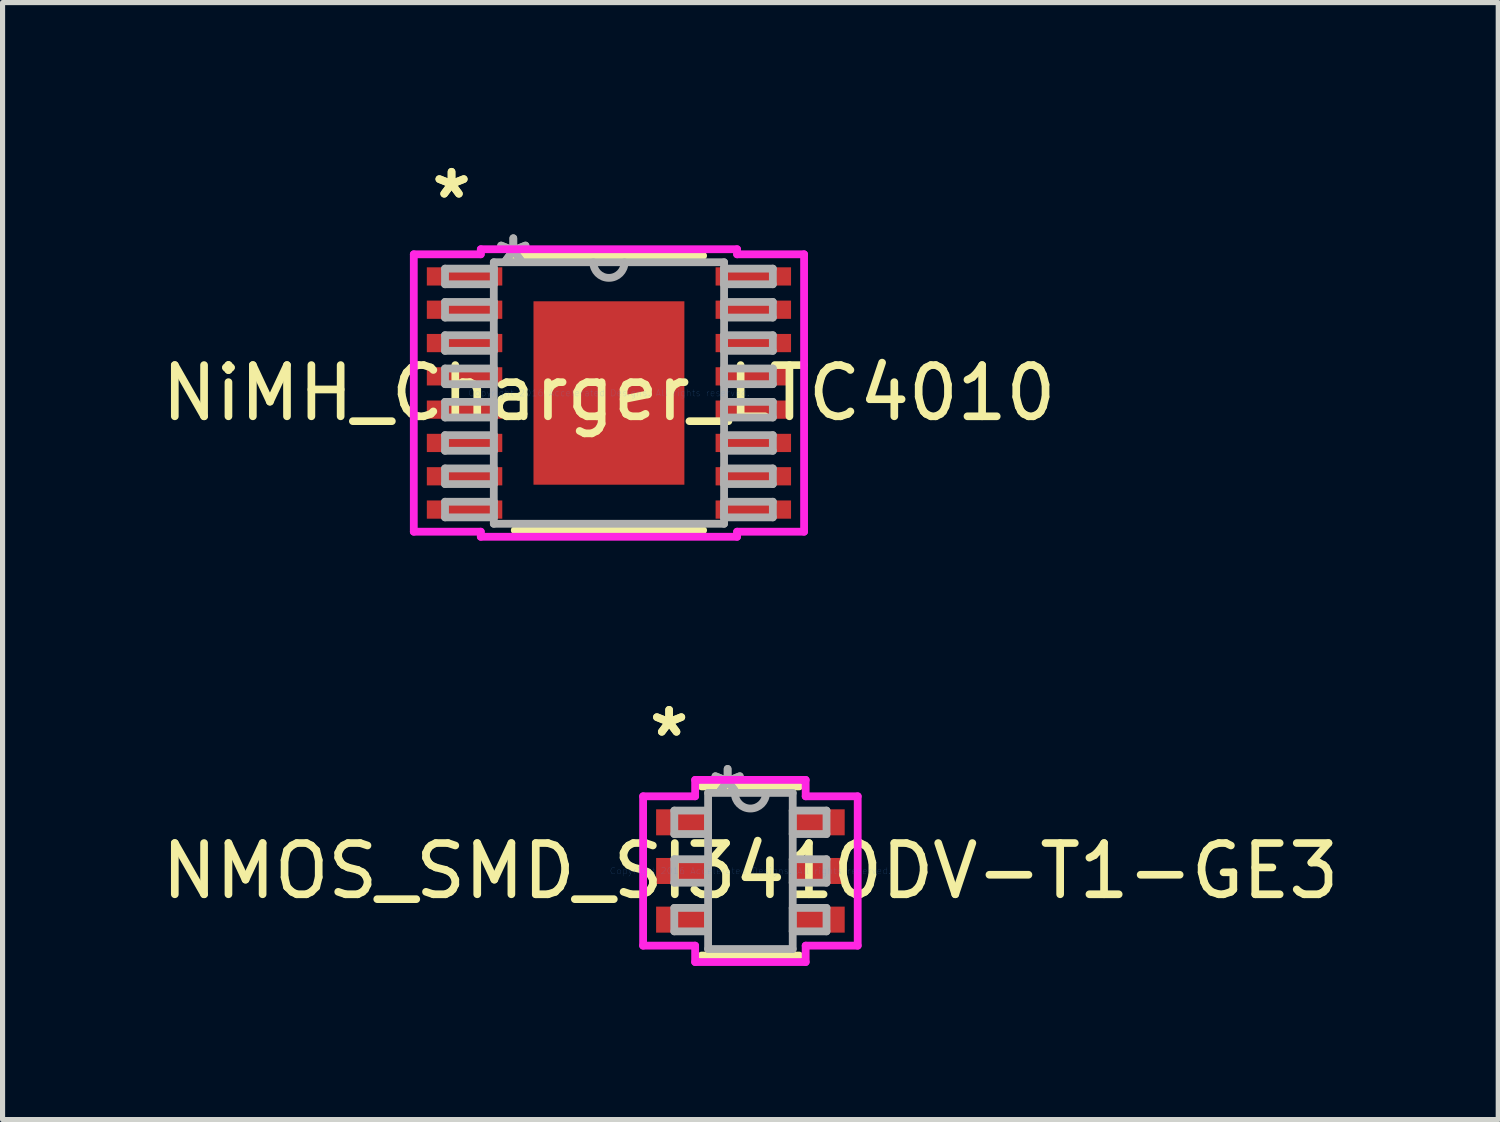
<source format=kicad_pcb>
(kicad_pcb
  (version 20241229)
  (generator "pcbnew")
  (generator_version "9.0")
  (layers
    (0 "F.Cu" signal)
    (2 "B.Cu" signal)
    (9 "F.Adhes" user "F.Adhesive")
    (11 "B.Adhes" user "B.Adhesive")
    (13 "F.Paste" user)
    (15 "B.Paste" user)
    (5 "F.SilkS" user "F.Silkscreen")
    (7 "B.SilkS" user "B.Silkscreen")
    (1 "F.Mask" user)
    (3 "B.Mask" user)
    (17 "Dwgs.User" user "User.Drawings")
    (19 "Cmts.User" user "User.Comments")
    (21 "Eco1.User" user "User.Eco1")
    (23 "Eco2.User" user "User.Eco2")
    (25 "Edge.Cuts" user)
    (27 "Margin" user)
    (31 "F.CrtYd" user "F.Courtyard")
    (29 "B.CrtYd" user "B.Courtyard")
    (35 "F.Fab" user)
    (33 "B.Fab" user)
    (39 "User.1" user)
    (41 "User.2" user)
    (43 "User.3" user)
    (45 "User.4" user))
  (footprint "NiMH_Charger_LTC4010"
    (layer "F.Cu")
    (at 8.839 4.623)
    (property "Reference" "NiMH_Charger_LTC4010" (at 0 0 0) (layer "F.SilkS") (effects (font (size 1 1) (thickness 0.15))))
    (attr through_hole)
    (fp_line (start -1.839 2.68) (end 1.839 2.68) (stroke (width 0.152) (type solid)) (layer "F.SilkS"))
    (fp_line (start 1.839 -2.68) (end -1.839 -2.68) (stroke (width 0.152) (type solid)) (layer "F.SilkS"))
    (fp_line (start -1.373 -1.691) (end -1.373 -0.1) (stroke (width 0.152) (type solid)) (layer "F.Paste"))
    (fp_line (start -1.373 -0.1) (end -0.1 -0.1) (stroke (width 0.152) (type solid)) (layer "F.Paste"))
    (fp_line (start -1.373 0.1) (end -1.373 1.691) (stroke (width 0.152) (type solid)) (layer "F.Paste"))
    (fp_line (start -1.373 1.691) (end -0.1 1.691) (stroke (width 0.152) (type solid)) (layer "F.Paste"))
    (fp_line (start -0.1 -1.691) (end -1.373 -1.691) (stroke (width 0.152) (type solid)) (layer "F.Paste"))
    (fp_line (start -0.1 -0.1) (end -0.1 -1.691) (stroke (width 0.152) (type solid)) (layer "F.Paste"))
    (fp_line (start -0.1 0.1) (end -1.373 0.1) (stroke (width 0.152) (type solid)) (layer "F.Paste"))
    (fp_line (start -0.1 1.691) (end -0.1 0.1) (stroke (width 0.152) (type solid)) (layer "F.Paste"))
    (fp_line (start 0.1 -1.691) (end 0.1 -0.1) (stroke (width 0.152) (type solid)) (layer "F.Paste"))
    (fp_line (start 0.1 -0.1) (end 1.373 -0.1) (stroke (width 0.152) (type solid)) (layer "F.Paste"))
    (fp_line (start 0.1 0.1) (end 0.1 1.691) (stroke (width 0.152) (type solid)) (layer "F.Paste"))
    (fp_line (start 0.1 1.691) (end 1.373 1.691) (stroke (width 0.152) (type solid)) (layer "F.Paste"))
    (fp_line (start 1.373 -1.691) (end 0.1 -1.691) (stroke (width 0.152) (type solid)) (layer "F.Paste"))
    (fp_line (start 1.373 -0.1) (end 1.373 -1.691) (stroke (width 0.152) (type solid)) (layer "F.Paste"))
    (fp_line (start 1.373 0.1) (end 0.1 0.1) (stroke (width 0.152) (type solid)) (layer "F.Paste"))
    (fp_line (start 1.373 1.691) (end 1.373 0.1) (stroke (width 0.152) (type solid)) (layer "F.Paste"))
    (fp_line (start -3.81 -2.708) (end -2.502 -2.708) (stroke (width 0.152) (type solid)) (layer "F.CrtYd"))
    (fp_line (start -3.81 2.708) (end -3.81 -2.708) (stroke (width 0.152) (type solid)) (layer "F.CrtYd"))
    (fp_line (start -2.502 -2.807) (end 2.502 -2.807) (stroke (width 0.152) (type solid)) (layer "F.CrtYd"))
    (fp_line (start -2.502 -2.708) (end -2.502 -2.807) (stroke (width 0.152) (type solid)) (layer "F.CrtYd"))
    (fp_line (start -2.502 2.708) (end -3.81 2.708) (stroke (width 0.152) (type solid)) (layer "F.CrtYd"))
    (fp_line (start -2.502 2.807) (end -2.502 2.708) (stroke (width 0.152) (type solid)) (layer "F.CrtYd"))
    (fp_line (start 2.502 -2.807) (end 2.502 -2.708) (stroke (width 0.152) (type solid)) (layer "F.CrtYd"))
    (fp_line (start 2.502 -2.708) (end 3.81 -2.708) (stroke (width 0.152) (type solid)) (layer "F.CrtYd"))
    (fp_line (start 2.502 2.708) (end 2.502 2.807) (stroke (width 0.152) (type solid)) (layer "F.CrtYd"))
    (fp_line (start 2.502 2.807) (end -2.502 2.807) (stroke (width 0.152) (type solid)) (layer "F.CrtYd"))
    (fp_line (start 3.81 -2.708) (end 3.81 2.708) (stroke (width 0.152) (type solid)) (layer "F.CrtYd"))
    (fp_line (start 3.81 2.708) (end 2.502 2.708) (stroke (width 0.152) (type solid)) (layer "F.CrtYd"))
    (fp_line (start -3.2 -2.428) (end -3.2 -2.123) (stroke (width 0.152) (type solid)) (layer "F.Fab"))
    (fp_line (start -3.2 -2.123) (end -2.248 -2.123) (stroke (width 0.152) (type solid)) (layer "F.Fab"))
    (fp_line (start -3.2 -1.778) (end -3.2 -1.473) (stroke (width 0.152) (type solid)) (layer "F.Fab"))
    (fp_line (start -3.2 -1.473) (end -2.248 -1.473) (stroke (width 0.152) (type solid)) (layer "F.Fab"))
    (fp_line (start -3.2 -1.128) (end -3.2 -0.823) (stroke (width 0.152) (type solid)) (layer "F.Fab"))
    (fp_line (start -3.2 -0.823) (end -2.248 -0.823) (stroke (width 0.152) (type solid)) (layer "F.Fab"))
    (fp_line (start -3.2 -0.478) (end -3.2 -0.173) (stroke (width 0.152) (type solid)) (layer "F.Fab"))
    (fp_line (start -3.2 -0.173) (end -2.248 -0.173) (stroke (width 0.152) (type solid)) (layer "F.Fab"))
    (fp_line (start -3.2 0.173) (end -3.2 0.478) (stroke (width 0.152) (type solid)) (layer "F.Fab"))
    (fp_line (start -3.2 0.478) (end -2.248 0.478) (stroke (width 0.152) (type solid)) (layer "F.Fab"))
    (fp_line (start -3.2 0.823) (end -3.2 1.128) (stroke (width 0.152) (type solid)) (layer "F.Fab"))
    (fp_line (start -3.2 1.128) (end -2.248 1.128) (stroke (width 0.152) (type solid)) (layer "F.Fab"))
    (fp_line (start -3.2 1.473) (end -3.2 1.778) (stroke (width 0.152) (type solid)) (layer "F.Fab"))
    (fp_line (start -3.2 1.778) (end -2.248 1.778) (stroke (width 0.152) (type solid)) (layer "F.Fab"))
    (fp_line (start -3.2 2.123) (end -3.2 2.428) (stroke (width 0.152) (type solid)) (layer "F.Fab"))
    (fp_line (start -3.2 2.428) (end -2.248 2.428) (stroke (width 0.152) (type solid)) (layer "F.Fab"))
    (fp_line (start -2.248 -2.553) (end -2.248 2.553) (stroke (width 0.152) (type solid)) (layer "F.Fab"))
    (fp_line (start -2.248 -2.428) (end -3.2 -2.428) (stroke (width 0.152) (type solid)) (layer "F.Fab"))
    (fp_line (start -2.248 -2.123) (end -2.248 -2.428) (stroke (width 0.152) (type solid)) (layer "F.Fab"))
    (fp_line (start -2.248 -1.778) (end -3.2 -1.778) (stroke (width 0.152) (type solid)) (layer "F.Fab"))
    (fp_line (start -2.248 -1.473) (end -2.248 -1.778) (stroke (width 0.152) (type solid)) (layer "F.Fab"))
    (fp_line (start -2.248 -1.128) (end -3.2 -1.128) (stroke (width 0.152) (type solid)) (layer "F.Fab"))
    (fp_line (start -2.248 -0.823) (end -2.248 -1.128) (stroke (width 0.152) (type solid)) (layer "F.Fab"))
    (fp_line (start -2.248 -0.478) (end -3.2 -0.478) (stroke (width 0.152) (type solid)) (layer "F.Fab"))
    (fp_line (start -2.248 -0.173) (end -2.248 -0.478) (stroke (width 0.152) (type solid)) (layer "F.Fab"))
    (fp_line (start -2.248 0.173) (end -3.2 0.173) (stroke (width 0.152) (type solid)) (layer "F.Fab"))
    (fp_line (start -2.248 0.478) (end -2.248 0.173) (stroke (width 0.152) (type solid)) (layer "F.Fab"))
    (fp_line (start -2.248 0.823) (end -3.2 0.823) (stroke (width 0.152) (type solid)) (layer "F.Fab"))
    (fp_line (start -2.248 1.128) (end -2.248 0.823) (stroke (width 0.152) (type solid)) (layer "F.Fab"))
    (fp_line (start -2.248 1.473) (end -3.2 1.473) (stroke (width 0.152) (type solid)) (layer "F.Fab"))
    (fp_line (start -2.248 1.778) (end -2.248 1.473) (stroke (width 0.152) (type solid)) (layer "F.Fab"))
    (fp_line (start -2.248 2.123) (end -3.2 2.123) (stroke (width 0.152) (type solid)) (layer "F.Fab"))
    (fp_line (start -2.248 2.428) (end -2.248 2.123) (stroke (width 0.152) (type solid)) (layer "F.Fab"))
    (fp_line (start -2.248 2.553) (end 2.248 2.553) (stroke (width 0.152) (type solid)) (layer "F.Fab"))
    (fp_line (start 2.248 -2.553) (end -2.248 -2.553) (stroke (width 0.152) (type solid)) (layer "F.Fab"))
    (fp_line (start 2.248 -2.428) (end 2.248 -2.123) (stroke (width 0.152) (type solid)) (layer "F.Fab"))
    (fp_line (start 2.248 -2.123) (end 3.2 -2.123) (stroke (width 0.152) (type solid)) (layer "F.Fab"))
    (fp_line (start 2.248 -1.778) (end 2.248 -1.473) (stroke (width 0.152) (type solid)) (layer "F.Fab"))
    (fp_line (start 2.248 -1.473) (end 3.2 -1.473) (stroke (width 0.152) (type solid)) (layer "F.Fab"))
    (fp_line (start 2.248 -1.128) (end 2.248 -0.823) (stroke (width 0.152) (type solid)) (layer "F.Fab"))
    (fp_line (start 2.248 -0.823) (end 3.2 -0.823) (stroke (width 0.152) (type solid)) (layer "F.Fab"))
    (fp_line (start 2.248 -0.478) (end 2.248 -0.173) (stroke (width 0.152) (type solid)) (layer "F.Fab"))
    (fp_line (start 2.248 -0.173) (end 3.2 -0.173) (stroke (width 0.152) (type solid)) (layer "F.Fab"))
    (fp_line (start 2.248 0.173) (end 2.248 0.478) (stroke (width 0.152) (type solid)) (layer "F.Fab"))
    (fp_line (start 2.248 0.478) (end 3.2 0.478) (stroke (width 0.152) (type solid)) (layer "F.Fab"))
    (fp_line (start 2.248 0.823) (end 2.248 1.128) (stroke (width 0.152) (type solid)) (layer "F.Fab"))
    (fp_line (start 2.248 1.128) (end 3.2 1.128) (stroke (width 0.152) (type solid)) (layer "F.Fab"))
    (fp_line (start 2.248 1.473) (end 2.248 1.778) (stroke (width 0.152) (type solid)) (layer "F.Fab"))
    (fp_line (start 2.248 1.778) (end 3.2 1.778) (stroke (width 0.152) (type solid)) (layer "F.Fab"))
    (fp_line (start 2.248 2.123) (end 2.248 2.428) (stroke (width 0.152) (type solid)) (layer "F.Fab"))
    (fp_line (start 2.248 2.428) (end 3.2 2.428) (stroke (width 0.152) (type solid)) (layer "F.Fab"))
    (fp_line (start 2.248 2.553) (end 2.248 -2.553) (stroke (width 0.152) (type solid)) (layer "F.Fab"))
    (fp_line (start 3.2 -2.428) (end 2.248 -2.428) (stroke (width 0.152) (type solid)) (layer "F.Fab"))
    (fp_line (start 3.2 -2.123) (end 3.2 -2.428) (stroke (width 0.152) (type solid)) (layer "F.Fab"))
    (fp_line (start 3.2 -1.778) (end 2.248 -1.778) (stroke (width 0.152) (type solid)) (layer "F.Fab"))
    (fp_line (start 3.2 -1.473) (end 3.2 -1.778) (stroke (width 0.152) (type solid)) (layer "F.Fab"))
    (fp_line (start 3.2 -1.128) (end 2.248 -1.128) (stroke (width 0.152) (type solid)) (layer "F.Fab"))
    (fp_line (start 3.2 -0.823) (end 3.2 -1.128) (stroke (width 0.152) (type solid)) (layer "F.Fab"))
    (fp_line (start 3.2 -0.478) (end 2.248 -0.478) (stroke (width 0.152) (type solid)) (layer "F.Fab"))
    (fp_line (start 3.2 -0.173) (end 3.2 -0.478) (stroke (width 0.152) (type solid)) (layer "F.Fab"))
    (fp_line (start 3.2 0.173) (end 2.248 0.173) (stroke (width 0.152) (type solid)) (layer "F.Fab"))
    (fp_line (start 3.2 0.478) (end 3.2 0.173) (stroke (width 0.152) (type solid)) (layer "F.Fab"))
    (fp_line (start 3.2 0.823) (end 2.248 0.823) (stroke (width 0.152) (type solid)) (layer "F.Fab"))
    (fp_line (start 3.2 1.128) (end 3.2 0.823) (stroke (width 0.152) (type solid)) (layer "F.Fab"))
    (fp_line (start 3.2 1.473) (end 2.248 1.473) (stroke (width 0.152) (type solid)) (layer "F.Fab"))
    (fp_line (start 3.2 1.778) (end 3.2 1.473) (stroke (width 0.152) (type solid)) (layer "F.Fab"))
    (fp_line (start 3.2 2.123) (end 2.248 2.123) (stroke (width 0.152) (type solid)) (layer "F.Fab"))
    (fp_line (start 3.2 2.428) (end 3.2 2.123) (stroke (width 0.152) (type solid)) (layer "F.Fab"))
    (fp_arc (start 0.3048 -2.5527) (mid 0 -2.2479) (end -0.3048 -2.5527) (stroke (width 0.1524) (type solid)) (layer "F.Fab"))
    (fp_text user "*" (at -3.073 -3.774 0) (layer "F.SilkS") (effects (font (size 1 1) (thickness 0.15))))
    (fp_text user "*" (at -3.073 -3.774 0) (layer "F.SilkS") (effects (font (size 1 1) (thickness 0.15))))
    (fp_text user "Copyright 2016 Accelerated Designs. All rights reserved." (at 0 0 0) (layer "Cmts.User") (effects (font (size 0.127 0.127) (thickness 0.002))))
    (fp_text user "*" (at -1.867 -2.477 0) (layer "F.Fab") (effects (font (size 1 1) (thickness 0.15))))
    (fp_text user "*" (at -1.867 -2.477 0) (layer "F.Fab") (effects (font (size 1 1) (thickness 0.15))))
    (pad "1" smd rect (at -2.819 -2.276) (size 1.473 0.356) (layers "F.Cu" "F.Mask" "F.Paste"))
    (pad "2" smd rect (at -2.819 -1.626) (size 1.473 0.356) (layers "F.Cu" "F.Mask" "F.Paste"))
    (pad "3" smd rect (at -2.819 -0.975) (size 1.473 0.356) (layers "F.Cu" "F.Mask" "F.Paste"))
    (pad "4" smd rect (at -2.819 -0.325) (size 1.473 0.356) (layers "F.Cu" "F.Mask" "F.Paste"))
    (pad "5" smd rect (at -2.819 0.325) (size 1.473 0.356) (layers "F.Cu" "F.Mask" "F.Paste"))
    (pad "6" smd rect (at -2.819 0.975) (size 1.473 0.356) (layers "F.Cu" "F.Mask" "F.Paste"))
    (pad "7" smd rect (at -2.819 1.626) (size 1.473 0.356) (layers "F.Cu" "F.Mask" "F.Paste"))
    (pad "8" smd rect (at -2.819 2.276) (size 1.473 0.356) (layers "F.Cu" "F.Mask" "F.Paste"))
    (pad "9" smd rect (at 2.819 2.276) (size 1.473 0.356) (layers "F.Cu" "F.Mask" "F.Paste"))
    (pad "10" smd rect (at 2.819 1.626) (size 1.473 0.356) (layers "F.Cu" "F.Mask" "F.Paste"))
    (pad "11" smd rect (at 2.819 0.975) (size 1.473 0.356) (layers "F.Cu" "F.Mask" "F.Paste"))
    (pad "12" smd rect (at 2.819 0.325) (size 1.473 0.356) (layers "F.Cu" "F.Mask" "F.Paste"))
    (pad "13" smd rect (at 2.819 -0.325) (size 1.473 0.356) (layers "F.Cu" "F.Mask" "F.Paste"))
    (pad "14" smd rect (at 2.819 -0.975) (size 1.473 0.356) (layers "F.Cu" "F.Mask" "F.Paste"))
    (pad "15" smd rect (at 2.819 -1.626) (size 1.473 0.356) (layers "F.Cu" "F.Mask" "F.Paste"))
    (pad "16" smd rect (at 2.819 -2.276) (size 1.473 0.356) (layers "F.Cu" "F.Mask" "F.Paste"))
    (pad "17" smd rect (at 0 0) (size 2.946 3.581) (layers "F.Cu" "F.Mask" "F.Paste")))
  (footprint "NMOS_SMD_SI3410DV-T1-GE3"
    (layer "F.Cu")
    (at 11.601 13.955)
    (property "Reference" "NMOS_SMD_SI3410DV-T1-GE3" (at 0 0 0) (layer "F.SilkS") (effects (font (size 1 1) (thickness 0.15))))
    (attr through_hole)
    (fp_line (start -0.953 1.651) (end 0.953 1.651) (stroke (width 0.152) (type solid)) (layer "F.SilkS"))
    (fp_line (start 0.953 -1.651) (end -0.953 -1.651) (stroke (width 0.152) (type solid)) (layer "F.SilkS"))
    (fp_line (start -2.095 -1.458) (end -1.079 -1.458) (stroke (width 0.152) (type solid)) (layer "F.CrtYd"))
    (fp_line (start -2.095 1.458) (end -2.095 -1.458) (stroke (width 0.152) (type solid)) (layer "F.CrtYd"))
    (fp_line (start -1.079 -1.778) (end 1.079 -1.778) (stroke (width 0.152) (type solid)) (layer "F.CrtYd"))
    (fp_line (start -1.079 -1.458) (end -1.079 -1.778) (stroke (width 0.152) (type solid)) (layer "F.CrtYd"))
    (fp_line (start -1.079 1.458) (end -2.095 1.458) (stroke (width 0.152) (type solid)) (layer "F.CrtYd"))
    (fp_line (start -1.079 1.778) (end -1.079 1.458) (stroke (width 0.152) (type solid)) (layer "F.CrtYd"))
    (fp_line (start 1.079 -1.778) (end 1.079 -1.458) (stroke (width 0.152) (type solid)) (layer "F.CrtYd"))
    (fp_line (start 1.079 -1.458) (end 2.095 -1.458) (stroke (width 0.152) (type solid)) (layer "F.CrtYd"))
    (fp_line (start 1.079 1.458) (end 1.079 1.778) (stroke (width 0.152) (type solid)) (layer "F.CrtYd"))
    (fp_line (start 1.079 1.778) (end -1.079 1.778) (stroke (width 0.152) (type solid)) (layer "F.CrtYd"))
    (fp_line (start 2.095 -1.458) (end 2.095 1.458) (stroke (width 0.152) (type solid)) (layer "F.CrtYd"))
    (fp_line (start 2.095 1.458) (end 1.079 1.458) (stroke (width 0.152) (type solid)) (layer "F.CrtYd"))
    (fp_line (start -1.486 -1.179) (end -1.486 -0.721) (stroke (width 0.152) (type solid)) (layer "F.Fab"))
    (fp_line (start -1.486 -0.721) (end -0.826 -0.721) (stroke (width 0.152) (type solid)) (layer "F.Fab"))
    (fp_line (start -1.486 -0.229) (end -1.486 0.229) (stroke (width 0.152) (type solid)) (layer "F.Fab"))
    (fp_line (start -1.486 0.229) (end -0.826 0.229) (stroke (width 0.152) (type solid)) (layer "F.Fab"))
    (fp_line (start -1.486 0.721) (end -1.486 1.179) (stroke (width 0.152) (type solid)) (layer "F.Fab"))
    (fp_line (start -1.486 1.179) (end -0.826 1.179) (stroke (width 0.152) (type solid)) (layer "F.Fab"))
    (fp_line (start -0.826 -1.524) (end -0.826 1.524) (stroke (width 0.152) (type solid)) (layer "F.Fab"))
    (fp_line (start -0.826 -1.179) (end -1.486 -1.179) (stroke (width 0.152) (type solid)) (layer "F.Fab"))
    (fp_line (start -0.826 -0.721) (end -0.826 -1.179) (stroke (width 0.152) (type solid)) (layer "F.Fab"))
    (fp_line (start -0.826 -0.229) (end -1.486 -0.229) (stroke (width 0.152) (type solid)) (layer "F.Fab"))
    (fp_line (start -0.826 0.229) (end -0.826 -0.229) (stroke (width 0.152) (type solid)) (layer "F.Fab"))
    (fp_line (start -0.826 0.721) (end -1.486 0.721) (stroke (width 0.152) (type solid)) (layer "F.Fab"))
    (fp_line (start -0.826 1.179) (end -0.826 0.721) (stroke (width 0.152) (type solid)) (layer "F.Fab"))
    (fp_line (start -0.826 1.524) (end 0.826 1.524) (stroke (width 0.152) (type solid)) (layer "F.Fab"))
    (fp_line (start 0.826 -1.524) (end -0.826 -1.524) (stroke (width 0.152) (type solid)) (layer "F.Fab"))
    (fp_line (start 0.826 -1.179) (end 0.826 -0.721) (stroke (width 0.152) (type solid)) (layer "F.Fab"))
    (fp_line (start 0.826 -0.721) (end 1.486 -0.721) (stroke (width 0.152) (type solid)) (layer "F.Fab"))
    (fp_line (start 0.826 -0.229) (end 0.826 0.229) (stroke (width 0.152) (type solid)) (layer "F.Fab"))
    (fp_line (start 0.826 0.229) (end 1.486 0.229) (stroke (width 0.152) (type solid)) (layer "F.Fab"))
    (fp_line (start 0.826 0.721) (end 0.826 1.179) (stroke (width 0.152) (type solid)) (layer "F.Fab"))
    (fp_line (start 0.826 1.179) (end 1.486 1.179) (stroke (width 0.152) (type solid)) (layer "F.Fab"))
    (fp_line (start 0.826 1.524) (end 0.826 -1.524) (stroke (width 0.152) (type solid)) (layer "F.Fab"))
    (fp_line (start 1.486 -1.179) (end 0.826 -1.179) (stroke (width 0.152) (type solid)) (layer "F.Fab"))
    (fp_line (start 1.486 -0.721) (end 1.486 -1.179) (stroke (width 0.152) (type solid)) (layer "F.Fab"))
    (fp_line (start 1.486 -0.229) (end 0.826 -0.229) (stroke (width 0.152) (type solid)) (layer "F.Fab"))
    (fp_line (start 1.486 0.229) (end 1.486 -0.229) (stroke (width 0.152) (type solid)) (layer "F.Fab"))
    (fp_line (start 1.486 0.721) (end 0.826 0.721) (stroke (width 0.152) (type solid)) (layer "F.Fab"))
    (fp_line (start 1.486 1.179) (end 1.486 0.721) (stroke (width 0.152) (type solid)) (layer "F.Fab"))
    (fp_arc (start 0.3048 -1.524) (mid 0 -1.2192) (end -0.3048 -1.524) (stroke (width 0.1524) (type solid)) (layer "F.Fab"))
    (fp_text user "*" (at -1.587 -2.601 0) (layer "F.SilkS") (effects (font (size 1 1) (thickness 0.15))))
    (fp_text user "*" (at -1.587 -2.601 0) (layer "F.SilkS") (effects (font (size 1 1) (thickness 0.15))))
    (fp_text user "Copyright 2016 Accelerated Designs. All rights reserved." (at 0 0 0) (layer "Cmts.User") (effects (font (size 0.127 0.127) (thickness 0.002))))
    (fp_text user "*" (at -0.445 -1.448 0) (layer "F.Fab") (effects (font (size 1 1) (thickness 0.15))))
    (fp_text user "*" (at -0.445 -1.448 0) (layer "F.Fab") (effects (font (size 1 1) (thickness 0.15))))
    (pad "1" smd rect (at -1.333 -0.95) (size 1.016 0.508) (layers "F.Cu" "F.Mask" "F.Paste"))
    (pad "2" smd rect (at -1.333 0) (size 1.016 0.508) (layers "F.Cu" "F.Mask" "F.Paste"))
    (pad "3" smd rect (at -1.333 0.95) (size 1.016 0.508) (layers "F.Cu" "F.Mask" "F.Paste"))
    (pad "4" smd rect (at 1.333 0.95) (size 1.016 0.508) (layers "F.Cu" "F.Mask" "F.Paste"))
    (pad "5" smd rect (at 1.333 0) (size 1.016 0.508) (layers "F.Cu" "F.Mask" "F.Paste"))
    (pad "6" smd rect (at 1.333 -0.95) (size 1.016 0.508) (layers "F.Cu" "F.Mask" "F.Paste")))
  (gr_rect
    (start -3 -3)
    (end 26.202 18.809)
    (stroke (width 0.1) (type default))
    (fill no)
    (layer "Edge.Cuts")))
</source>
